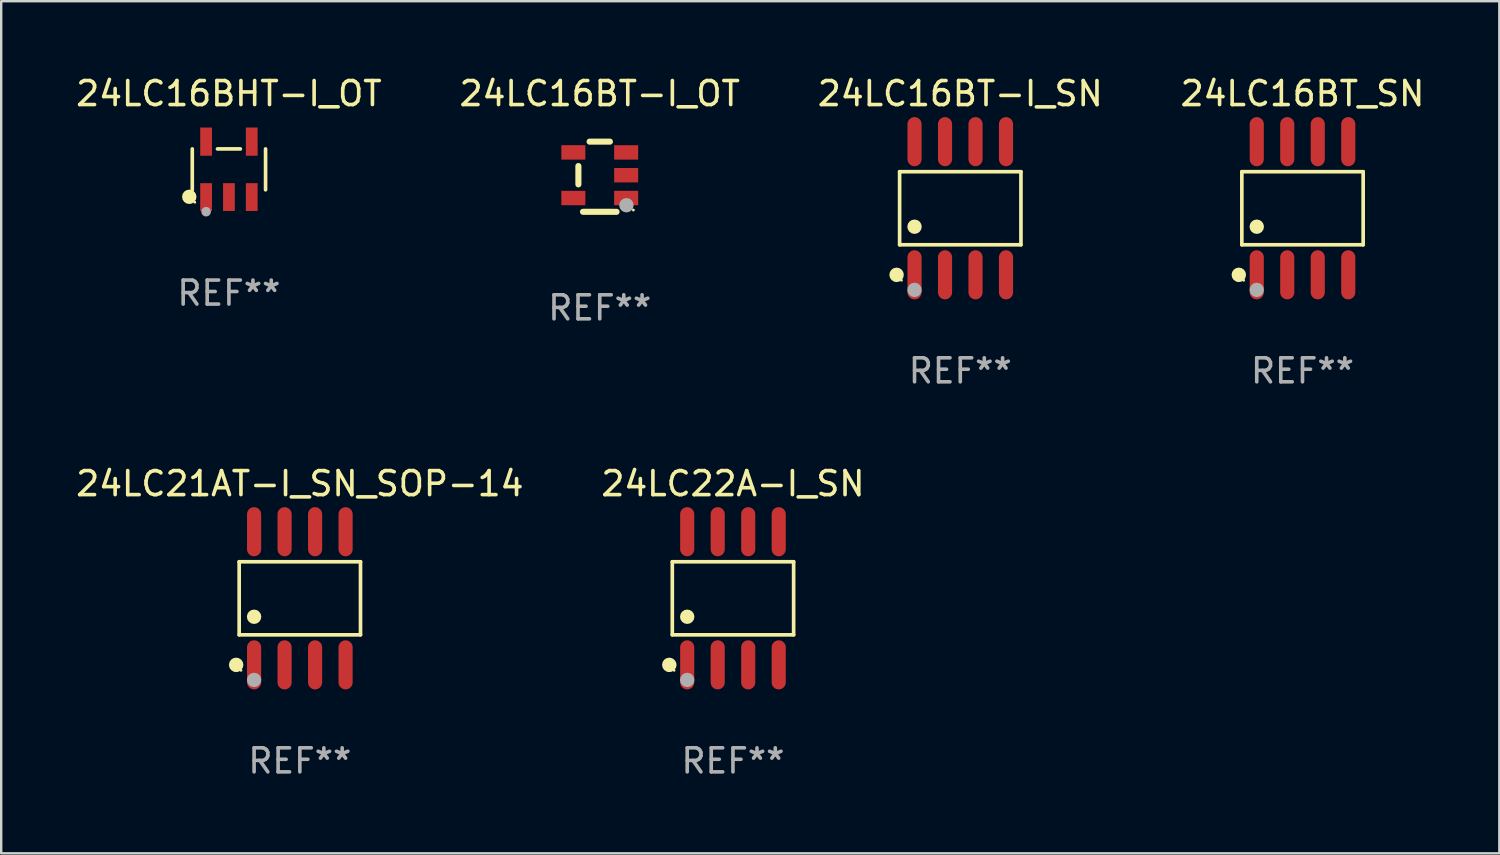
<source format=kicad_pcb>
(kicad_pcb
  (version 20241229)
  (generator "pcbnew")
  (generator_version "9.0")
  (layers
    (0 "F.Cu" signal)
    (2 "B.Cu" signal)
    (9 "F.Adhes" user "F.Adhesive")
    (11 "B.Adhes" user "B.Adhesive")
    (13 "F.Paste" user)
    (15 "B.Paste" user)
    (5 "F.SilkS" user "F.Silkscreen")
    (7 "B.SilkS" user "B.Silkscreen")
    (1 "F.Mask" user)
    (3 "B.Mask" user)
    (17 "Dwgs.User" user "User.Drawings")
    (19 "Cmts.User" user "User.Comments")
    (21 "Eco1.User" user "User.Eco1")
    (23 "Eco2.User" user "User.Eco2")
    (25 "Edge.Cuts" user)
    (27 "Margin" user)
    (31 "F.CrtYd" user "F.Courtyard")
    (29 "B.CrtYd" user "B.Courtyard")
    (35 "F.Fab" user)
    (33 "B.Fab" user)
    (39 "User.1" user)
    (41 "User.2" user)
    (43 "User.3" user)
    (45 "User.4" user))
  (footprint "24LC16BT-I_SN"
    (layer "F.Cu")
    (at 36.935 5.621)
    (property "Reference" "24LC16BT-I_SN" (at 0 -4.772 0) (layer "F.SilkS") (effects (font (size 1 1) (thickness 0.15))))
    (attr through_hole)
    (fp_line (start -2.526 -1.521) (end 2.526 -1.521) (stroke (width 0.152) (type solid)) (layer "F.SilkS"))
    (fp_line (start -2.526 1.521) (end -2.526 -1.521) (stroke (width 0.152) (type solid)) (layer "F.SilkS"))
    (fp_line (start 2.526 -1.521) (end 2.526 1.521) (stroke (width 0.152) (type solid)) (layer "F.SilkS"))
    (fp_line (start 2.526 1.521) (end -2.526 1.521) (stroke (width 0.152) (type solid)) (layer "F.SilkS"))
    (fp_circle (center -2.652 2.772) (end -2.501 2.772) (stroke (width 0.3) (type solid)) (fill no) (layer "F.SilkS"))
    (fp_circle (center -2.45 3) (end -2.42 3) (stroke (width 0.06) (type solid)) (fill no) (layer "F.SilkS"))
    (fp_circle (center -1.905 0.769) (end -1.755 0.769) (stroke (width 0.3) (type solid)) (fill no) (layer "F.SilkS"))
    (fp_circle (center -1.905 3.4) (end -1.755 3.4) (stroke (width 0.3) (type solid)) (fill no) (layer "F.Fab"))
    (fp_text user "REF**" (at 0 6.772 0) (layer "F.Fab") (effects (font (size 1 1) (thickness 0.15))))
    (pad "1" smd oval (at -1.905 2.772) (size 0.588 2.045) (layers "F.Cu" "F.Mask" "F.Paste"))
    (pad "2" smd oval (at -0.635 2.772) (size 0.588 2.045) (layers "F.Cu" "F.Mask" "F.Paste"))
    (pad "3" smd oval (at 0.635 2.772) (size 0.588 2.045) (layers "F.Cu" "F.Mask" "F.Paste"))
    (pad "4" smd oval (at 1.905 2.772) (size 0.588 2.045) (layers "F.Cu" "F.Mask" "F.Paste"))
    (pad "5" smd oval (at 1.905 -2.772) (size 0.588 2.045) (layers "F.Cu" "F.Mask" "F.Paste"))
    (pad "6" smd oval (at 0.635 -2.772) (size 0.588 2.045) (layers "F.Cu" "F.Mask" "F.Paste"))
    (pad "7" smd oval (at -0.635 -2.772) (size 0.588 2.045) (layers "F.Cu" "F.Mask" "F.Paste"))
    (pad "8" smd oval (at -1.905 -2.772) (size 0.588 2.045) (layers "F.Cu" "F.Mask" "F.Paste")))
  (footprint "24LC16BT_SN"
    (layer "F.Cu")
    (at 51.185 5.621)
    (property "Reference" "24LC16BT_SN" (at 0 -4.772 0) (layer "F.SilkS") (effects (font (size 1 1) (thickness 0.15))))
    (attr through_hole)
    (fp_line (start -2.526 -1.521) (end 2.526 -1.521) (stroke (width 0.152) (type solid)) (layer "F.SilkS"))
    (fp_line (start -2.526 1.521) (end -2.526 -1.521) (stroke (width 0.152) (type solid)) (layer "F.SilkS"))
    (fp_line (start 2.526 -1.521) (end 2.526 1.521) (stroke (width 0.152) (type solid)) (layer "F.SilkS"))
    (fp_line (start 2.526 1.521) (end -2.526 1.521) (stroke (width 0.152) (type solid)) (layer "F.SilkS"))
    (fp_circle (center -2.652 2.772) (end -2.501 2.772) (stroke (width 0.3) (type solid)) (fill no) (layer "F.SilkS"))
    (fp_circle (center -2.45 3) (end -2.42 3) (stroke (width 0.06) (type solid)) (fill no) (layer "F.SilkS"))
    (fp_circle (center -1.905 0.769) (end -1.755 0.769) (stroke (width 0.3) (type solid)) (fill no) (layer "F.SilkS"))
    (fp_circle (center -1.905 3.4) (end -1.755 3.4) (stroke (width 0.3) (type solid)) (fill no) (layer "F.Fab"))
    (fp_text user "REF**" (at 0 6.772 0) (layer "F.Fab") (effects (font (size 1 1) (thickness 0.15))))
    (pad "1" smd oval (at -1.905 2.772) (size 0.588 2.045) (layers "F.Cu" "F.Mask" "F.Paste"))
    (pad "2" smd oval (at -0.635 2.772) (size 0.588 2.045) (layers "F.Cu" "F.Mask" "F.Paste"))
    (pad "3" smd oval (at 0.635 2.772) (size 0.588 2.045) (layers "F.Cu" "F.Mask" "F.Paste"))
    (pad "4" smd oval (at 1.905 2.772) (size 0.588 2.045) (layers "F.Cu" "F.Mask" "F.Paste"))
    (pad "5" smd oval (at 1.905 -2.772) (size 0.588 2.045) (layers "F.Cu" "F.Mask" "F.Paste"))
    (pad "6" smd oval (at 0.635 -2.772) (size 0.588 2.045) (layers "F.Cu" "F.Mask" "F.Paste"))
    (pad "7" smd oval (at -0.635 -2.772) (size 0.588 2.045) (layers "F.Cu" "F.Mask" "F.Paste"))
    (pad "8" smd oval (at -1.905 -2.772) (size 0.588 2.045) (layers "F.Cu" "F.Mask" "F.Paste")))
  (footprint "24LC22A-I_SN"
    (layer "F.Cu")
    (at 27.47 21.862)
    (property "Reference" "24LC22A-I_SN" (at 0 -4.772 0) (layer "F.SilkS") (effects (font (size 1 1) (thickness 0.15))))
    (attr through_hole)
    (fp_line (start -2.526 -1.521) (end 2.526 -1.521) (stroke (width 0.152) (type solid)) (layer "F.SilkS"))
    (fp_line (start -2.526 1.521) (end -2.526 -1.521) (stroke (width 0.152) (type solid)) (layer "F.SilkS"))
    (fp_line (start 2.526 -1.521) (end 2.526 1.521) (stroke (width 0.152) (type solid)) (layer "F.SilkS"))
    (fp_line (start 2.526 1.521) (end -2.526 1.521) (stroke (width 0.152) (type solid)) (layer "F.SilkS"))
    (fp_circle (center -2.652 2.772) (end -2.501 2.772) (stroke (width 0.3) (type solid)) (fill no) (layer "F.SilkS"))
    (fp_circle (center -2.45 3) (end -2.42 3) (stroke (width 0.06) (type solid)) (fill no) (layer "F.SilkS"))
    (fp_circle (center -1.905 0.769) (end -1.755 0.769) (stroke (width 0.3) (type solid)) (fill no) (layer "F.SilkS"))
    (fp_circle (center -1.905 3.4) (end -1.755 3.4) (stroke (width 0.3) (type solid)) (fill no) (layer "F.Fab"))
    (fp_text user "REF**" (at 0 6.772 0) (layer "F.Fab") (effects (font (size 1 1) (thickness 0.15))))
    (pad "1" smd oval (at -1.905 2.772) (size 0.588 2.045) (layers "F.Cu" "F.Mask" "F.Paste"))
    (pad "2" smd oval (at -0.635 2.772) (size 0.588 2.045) (layers "F.Cu" "F.Mask" "F.Paste"))
    (pad "3" smd oval (at 0.635 2.772) (size 0.588 2.045) (layers "F.Cu" "F.Mask" "F.Paste"))
    (pad "4" smd oval (at 1.905 2.772) (size 0.588 2.045) (layers "F.Cu" "F.Mask" "F.Paste"))
    (pad "5" smd oval (at 1.905 -2.772) (size 0.588 2.045) (layers "F.Cu" "F.Mask" "F.Paste"))
    (pad "6" smd oval (at 0.635 -2.772) (size 0.588 2.045) (layers "F.Cu" "F.Mask" "F.Paste"))
    (pad "7" smd oval (at -0.635 -2.772) (size 0.588 2.045) (layers "F.Cu" "F.Mask" "F.Paste"))
    (pad "8" smd oval (at -1.905 -2.772) (size 0.588 2.045) (layers "F.Cu" "F.Mask" "F.Paste")))
  (footprint "24LC16BHT-I_OT"
    (layer "F.Cu")
    (at 6.482 4.002)
    (property "Reference" "24LC16BHT-I_OT" (at 0 -3.154 0) (layer "F.SilkS") (effects (font (size 1 1) (thickness 0.15))))
    (attr through_hole)
    (fp_line (start -1.526 0.851) (end -1.526 -0.851) (stroke (width 0.152) (type solid)) (layer "F.SilkS"))
    (fp_line (start 0.476 -0.851) (end -0.476 -0.851) (stroke (width 0.152) (type solid)) (layer "F.SilkS"))
    (fp_line (start 1.526 0.851) (end 1.526 -0.851) (stroke (width 0.152) (type solid)) (layer "F.SilkS"))
    (fp_circle (center -1.651 1.143) (end -1.501 1.143) (stroke (width 0.3) (type solid)) (fill no) (layer "F.SilkS"))
    (fp_circle (center -1.42 1.37) (end -1.39 1.37) (stroke (width 0.06) (type solid)) (fill no) (layer "F.SilkS"))
    (fp_circle (center -0.95 1.763) (end -0.85 1.763) (stroke (width 0.2) (type solid)) (fill no) (layer "F.Fab"))
    (fp_text user "REF**" (at 0 5.154 0) (layer "F.Fab") (effects (font (size 1 1) (thickness 0.15))))
    (pad "1" smd rect (at -0.95 1.154) (size 0.49 1.157) (layers "F.Cu" "F.Mask" "F.Paste"))
    (pad "2" smd rect (at 0 1.154) (size 0.49 1.157) (layers "F.Cu" "F.Mask" "F.Paste"))
    (pad "3" smd rect (at 0.95 1.154) (size 0.49 1.157) (layers "F.Cu" "F.Mask" "F.Paste"))
    (pad "4" smd rect (at 0.95 -1.154) (size 0.49 1.175) (layers "F.Cu" "F.Mask" "F.Paste"))
    (pad "5" smd rect (at -0.95 -1.154) (size 0.49 1.175) (layers "F.Cu" "F.Mask" "F.Paste")))
  (footprint "24LC21AT-I_SN_SOP-14"
    (layer "F.Cu")
    (at 9.435 21.862)
    (property "Reference" "24LC21AT-I_SN_SOP-14" (at 0 -4.772 0) (layer "F.SilkS") (effects (font (size 1 1) (thickness 0.15))))
    (attr through_hole)
    (fp_line (start -2.526 -1.521) (end 2.526 -1.521) (stroke (width 0.152) (type solid)) (layer "F.SilkS"))
    (fp_line (start -2.526 1.521) (end -2.526 -1.521) (stroke (width 0.152) (type solid)) (layer "F.SilkS"))
    (fp_line (start 2.526 -1.521) (end 2.526 1.521) (stroke (width 0.152) (type solid)) (layer "F.SilkS"))
    (fp_line (start 2.526 1.521) (end -2.526 1.521) (stroke (width 0.152) (type solid)) (layer "F.SilkS"))
    (fp_circle (center -2.652 2.772) (end -2.501 2.772) (stroke (width 0.3) (type solid)) (fill no) (layer "F.SilkS"))
    (fp_circle (center -2.45 3) (end -2.42 3) (stroke (width 0.06) (type solid)) (fill no) (layer "F.SilkS"))
    (fp_circle (center -1.905 0.769) (end -1.755 0.769) (stroke (width 0.3) (type solid)) (fill no) (layer "F.SilkS"))
    (fp_circle (center -1.905 3.4) (end -1.755 3.4) (stroke (width 0.3) (type solid)) (fill no) (layer "F.Fab"))
    (fp_text user "REF**" (at 0 6.772 0) (layer "F.Fab") (effects (font (size 1 1) (thickness 0.15))))
    (pad "1" smd oval (at -1.905 2.772) (size 0.588 2.045) (layers "F.Cu" "F.Mask" "F.Paste"))
    (pad "2" smd oval (at -0.635 2.772) (size 0.588 2.045) (layers "F.Cu" "F.Mask" "F.Paste"))
    (pad "3" smd oval (at 0.635 2.772) (size 0.588 2.045) (layers "F.Cu" "F.Mask" "F.Paste"))
    (pad "4" smd oval (at 1.905 2.772) (size 0.588 2.045) (layers "F.Cu" "F.Mask" "F.Paste"))
    (pad "5" smd oval (at 1.905 -2.772) (size 0.588 2.045) (layers "F.Cu" "F.Mask" "F.Paste"))
    (pad "6" smd oval (at 0.635 -2.772) (size 0.588 2.045) (layers "F.Cu" "F.Mask" "F.Paste"))
    (pad "7" smd oval (at -0.635 -2.772) (size 0.588 2.045) (layers "F.Cu" "F.Mask" "F.Paste"))
    (pad "8" smd oval (at -1.905 -2.772) (size 0.588 2.045) (layers "F.Cu" "F.Mask" "F.Paste")))
  (footprint "24LC16BT-I_OT"
    (layer "F.Cu")
    (at 21.923 4.309)
    (property "Reference" "24LC16BT-I_OT" (at 0 -3.461 0) (layer "F.SilkS") (effects (font (size 1 1) (thickness 0.15))))
    (attr through_hole)
    (fp_line (start -0.889 0.317) (end -0.889 -0.445) (stroke (width 0.254) (type solid)) (layer "F.SilkS"))
    (fp_line (start -0.698 1.46) (end 0.699 1.461) (stroke (width 0.254) (type solid)) (layer "F.SilkS"))
    (fp_line (start -0.422 -1.461) (end 0.422 -1.461) (stroke (width 0.254) (type solid)) (layer "F.SilkS"))
    (fp_circle (center 1.4 1.387) (end 1.43 1.387) (stroke (width 0.06) (type solid)) (fill no) (layer "F.SilkS"))
    (fp_circle (center 1.11 1.187) (end 1.26 1.187) (stroke (width 0.3) (type solid)) (fill no) (layer "F.Fab"))
    (fp_text user "REF**" (at 0 5.461 0) (layer "F.Fab") (effects (font (size 1 1) (thickness 0.15))))
    (pad "1" smd rect (at 1.1 0.886 90) (size 0.6 1) (layers "F.Cu" "F.Mask" "F.Paste"))
    (pad "2" smd rect (at 1.1 -0.063 90) (size 0.6 1) (layers "F.Cu" "F.Mask" "F.Paste"))
    (pad "3" smd rect (at 1.1 -1.013 90) (size 0.6 1) (layers "F.Cu" "F.Mask" "F.Paste"))
    (pad "4" smd rect (at -1.1 -1.014 90) (size 0.6 1) (layers "F.Cu" "F.Mask" "F.Paste"))
    (pad "5" smd rect (at -1.1 0.887 90) (size 0.6 1) (layers "F.Cu" "F.Mask" "F.Paste")))
  (gr_rect
    (start -3 -3)
    (end 59.381 32.483)
    (stroke (width 0.1) (type default))
    (fill no)
    (layer "Edge.Cuts")))
</source>
